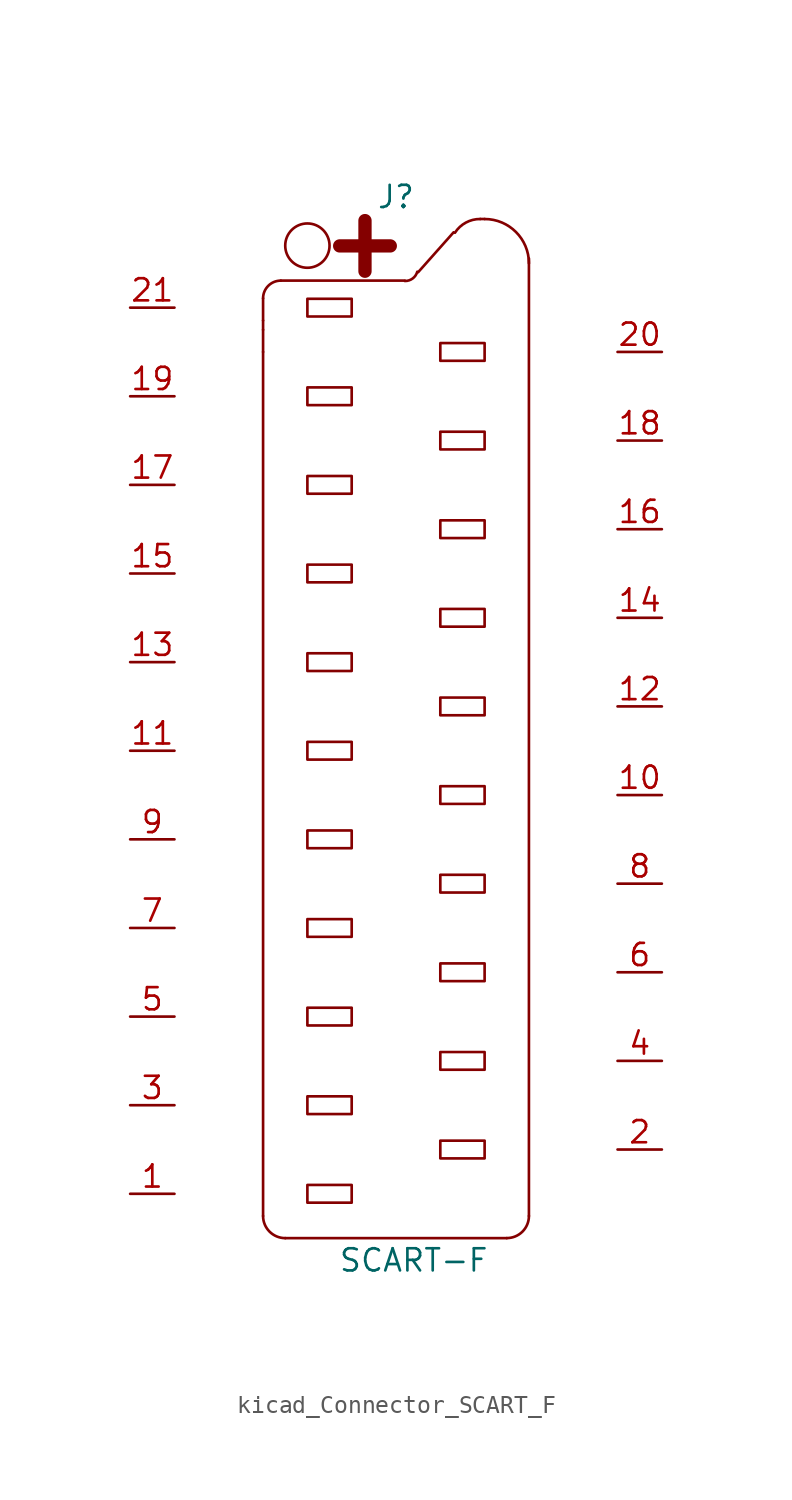
<source format=kicad_sym>
(kicad_symbol_lib
  (version 20220914)
  (generator kicad_symbol_editor)
  (symbol "kicad_Connector_SCART_F"
    (pin_names
      (offset 0.762) hide)
    (property "Reference" "J"
      (at 0 31.75 0)
      (effects (font (size 1.27 1.27))))
    (property "Value" "SCART-F"
      (at 1.016 -29.21 0)
      (effects (font (size 1.27 1.27))))
    (symbol "kicad_Connector_SCART_F_0_1"
      (arc (start -7.62 -26.67) (mid -7.248 -27.568) (end -6.35 -27.94) (stroke (width 0) (type default)) (fill (type none)))
      (arc (start -6.604 26.9494) (mid -7.3224 26.6518) (end -7.62 25.9334) (stroke (width 0) (type default)) (fill (type none)))
      (rectangle (start -5.08 -24.892) (end -2.54 -25.908) (stroke (width 0) (type default)) (fill (type none)))
      (rectangle (start -5.08 -19.812) (end -2.54 -20.828) (stroke (width 0) (type default)) (fill (type none)))
      (rectangle (start -5.08 -14.732) (end -2.54 -15.748) (stroke (width 0) (type default)) (fill (type none)))
      (rectangle (start -5.08 -9.652) (end -2.54 -10.668) (stroke (width 0) (type default)) (fill (type none)))
      (rectangle (start -5.08 -4.572) (end -2.54 -5.588) (stroke (width 0) (type default)) (fill (type none)))
      (rectangle (start -5.08 0.508) (end -2.54 -0.508) (stroke (width 0) (type default)) (fill (type none)))
      (rectangle (start -5.08 5.588) (end -2.54 4.572) (stroke (width 0) (type default)) (fill (type none)))
      (rectangle (start -5.08 10.668) (end -2.54 9.652) (stroke (width 0) (type default)) (fill (type none)))
      (rectangle (start -5.08 15.748) (end -2.54 14.732) (stroke (width 0) (type default)) (fill (type none)))
      (rectangle (start -5.08 20.828) (end -2.54 19.812) (stroke (width 0) (type default)) (fill (type none)))
      (rectangle (start -5.08 25.908) (end -2.54 24.892) (stroke (width 0) (type default)) (fill (type none)))
      (circle (center -5.08 28.956) (radius 1.27) (stroke (width 0) (type default)) (fill (type none)))
      (polyline (pts (xy -7.62 22.86) (xy -7.62 -26.67)) (stroke (width 0) (type default)) (fill (type none)))
      (polyline (pts (xy -7.62 22.86) (xy -7.62 24.13)) (stroke (width 0) (type default)) (fill (type none)))
      (polyline (pts (xy -7.62 24.663) (xy -7.62 24.13)) (stroke (width 0) (type default)) (fill (type none)))
      (polyline (pts (xy -7.62 24.663) (xy -7.62 25.933)) (stroke (width 0) (type default)) (fill (type none)))
      (polyline (pts (xy -6.604 26.949) (xy 0.508 26.949)) (stroke (width 0) (type default)) (fill (type none)))
      (polyline (pts (xy -6.35 -27.94) (xy 6.35 -27.94)) (stroke (width 0) (type default)) (fill (type none)))
      (polyline (pts (xy 3.302 29.718) (xy 1.27 27.432)) (stroke (width 0) (type default)) (fill (type none)))
      (polyline (pts (xy 4.826 30.48) (xy 5.08 30.48)) (stroke (width 0) (type default)) (fill (type none)))
      (polyline (pts (xy 7.62 -26.67) (xy 7.62 28.219)) (stroke (width 0) (type default)) (fill (type none)))
      (arc (start 0.508 26.924) (mid 0.9569 27.0702) (end 1.2192 27.4574) (stroke (width 0) (type default)) (fill (type none)))
      (rectangle (start 2.54 -22.352) (end 5.08 -23.368) (stroke (width 0) (type default)) (fill (type none)))
      (rectangle (start 2.54 -17.272) (end 5.08 -18.288) (stroke (width 0) (type default)) (fill (type none)))
      (rectangle (start 2.54 -12.192) (end 5.08 -13.208) (stroke (width 0) (type default)) (fill (type none)))
      (rectangle (start 2.54 -7.112) (end 5.08 -8.128) (stroke (width 0) (type default)) (fill (type none)))
      (rectangle (start 2.54 -2.032) (end 5.08 -3.048) (stroke (width 0) (type default)) (fill (type none)))
      (rectangle (start 2.54 3.048) (end 5.08 2.032) (stroke (width 0) (type default)) (fill (type none)))
      (rectangle (start 2.54 8.128) (end 5.08 7.112) (stroke (width 0) (type default)) (fill (type none)))
      (rectangle (start 2.54 13.208) (end 5.08 12.192) (stroke (width 0) (type default)) (fill (type none)))
      (rectangle (start 2.54 18.288) (end 5.08 17.272) (stroke (width 0) (type default)) (fill (type none)))
      (rectangle (start 2.54 23.368) (end 5.08 22.352) (stroke (width 0) (type default)) (fill (type none)))
      (arc (start 4.826 30.48) (mid 3.999 30.2726) (end 3.3782 29.6926) (stroke (width 0) (type default)) (fill (type none)))
      (arc (start 6.35 -27.94) (mid 7.248 -27.568) (end 7.62 -26.67) (stroke (width 0) (type default)) (fill (type none)))
      (arc (start 7.62 27.94) (mid 6.8761 29.7361) (end 5.08 30.48) (stroke (width 0) (type default)) (fill (type none)))
      (text "+" (at -1.778 29.21 0) (effects (font (size 3.81 3.81) bold))))
    (symbol "kicad_Connector_SCART_F_1_1"
      (pin passive line (at -15.24 -25.4 0) (length 2.54) (name "P1" (effects (font (size 1.27 1.27)))) (number "1" (effects (font (size 1.27 1.27)))))
      (pin passive line (at 15.24 -2.54 180) (length 2.54) (name "P10" (effects (font (size 1.27 1.27)))) (number "10" (effects (font (size 1.27 1.27)))))
      (pin passive line (at -15.24 0 0) (length 2.54) (name "P11" (effects (font (size 1.27 1.27)))) (number "11" (effects (font (size 1.27 1.27)))))
      (pin passive line (at 15.24 2.54 180) (length 2.54) (name "P12" (effects (font (size 1.27 1.27)))) (number "12" (effects (font (size 1.27 1.27)))))
      (pin passive line (at -15.24 5.08 0) (length 2.54) (name "P13" (effects (font (size 1.27 1.27)))) (number "13" (effects (font (size 1.27 1.27)))))
      (pin passive line (at 15.24 7.62 180) (length 2.54) (name "P14" (effects (font (size 1.27 1.27)))) (number "14" (effects (font (size 1.27 1.27)))))
      (pin passive line (at -15.24 10.16 0) (length 2.54) (name "P15" (effects (font (size 1.27 1.27)))) (number "15" (effects (font (size 1.27 1.27)))))
      (pin passive line (at 15.24 12.7 180) (length 2.54) (name "P16" (effects (font (size 1.27 1.27)))) (number "16" (effects (font (size 1.27 1.27)))))
      (pin passive line (at -15.24 15.24 0) (length 2.54) (name "P17" (effects (font (size 1.27 1.27)))) (number "17" (effects (font (size 1.27 1.27)))))
      (pin passive line (at 15.24 17.78 180) (length 2.54) (name "P18" (effects (font (size 1.27 1.27)))) (number "18" (effects (font (size 1.27 1.27)))))
      (pin passive line (at -15.24 20.32 0) (length 2.54) (name "P19" (effects (font (size 1.27 1.27)))) (number "19" (effects (font (size 1.27 1.27)))))
      (pin passive line (at 15.24 -22.86 180) (length 2.54) (name "P2" (effects (font (size 1.27 1.27)))) (number "2" (effects (font (size 1.27 1.27)))))
      (pin passive line (at 15.24 22.86 180) (length 2.54) (name "P20" (effects (font (size 1.27 1.27)))) (number "20" (effects (font (size 1.27 1.27)))))
      (pin passive line (at -15.24 25.4 0) (length 2.54) (name "P21" (effects (font (size 1.27 1.27)))) (number "21" (effects (font (size 1.27 1.27)))))
      (pin passive line (at -15.24 -20.32 0) (length 2.54) (name "P3" (effects (font (size 1.27 1.27)))) (number "3" (effects (font (size 1.27 1.27)))))
      (pin passive line (at 15.24 -17.78 180) (length 2.54) (name "P4" (effects (font (size 1.27 1.27)))) (number "4" (effects (font (size 1.27 1.27)))))
      (pin passive line (at -15.24 -15.24 0) (length 2.54) (name "P5" (effects (font (size 1.27 1.27)))) (number "5" (effects (font (size 1.27 1.27)))))
      (pin passive line (at 15.24 -12.7 180) (length 2.54) (name "P6" (effects (font (size 1.27 1.27)))) (number "6" (effects (font (size 1.27 1.27)))))
      (pin passive line (at -15.24 -10.16 0) (length 2.54) (name "P7" (effects (font (size 1.27 1.27)))) (number "7" (effects (font (size 1.27 1.27)))))
      (pin passive line (at 15.24 -7.62 180) (length 2.54) (name "P8" (effects (font (size 1.27 1.27)))) (number "8" (effects (font (size 1.27 1.27)))))
      (pin passive line (at -15.24 -5.08 0) (length 2.54) (name "P9" (effects (font (size 1.27 1.27)))) (number "9" (effects (font (size 1.27 1.27))))))))
</source>
